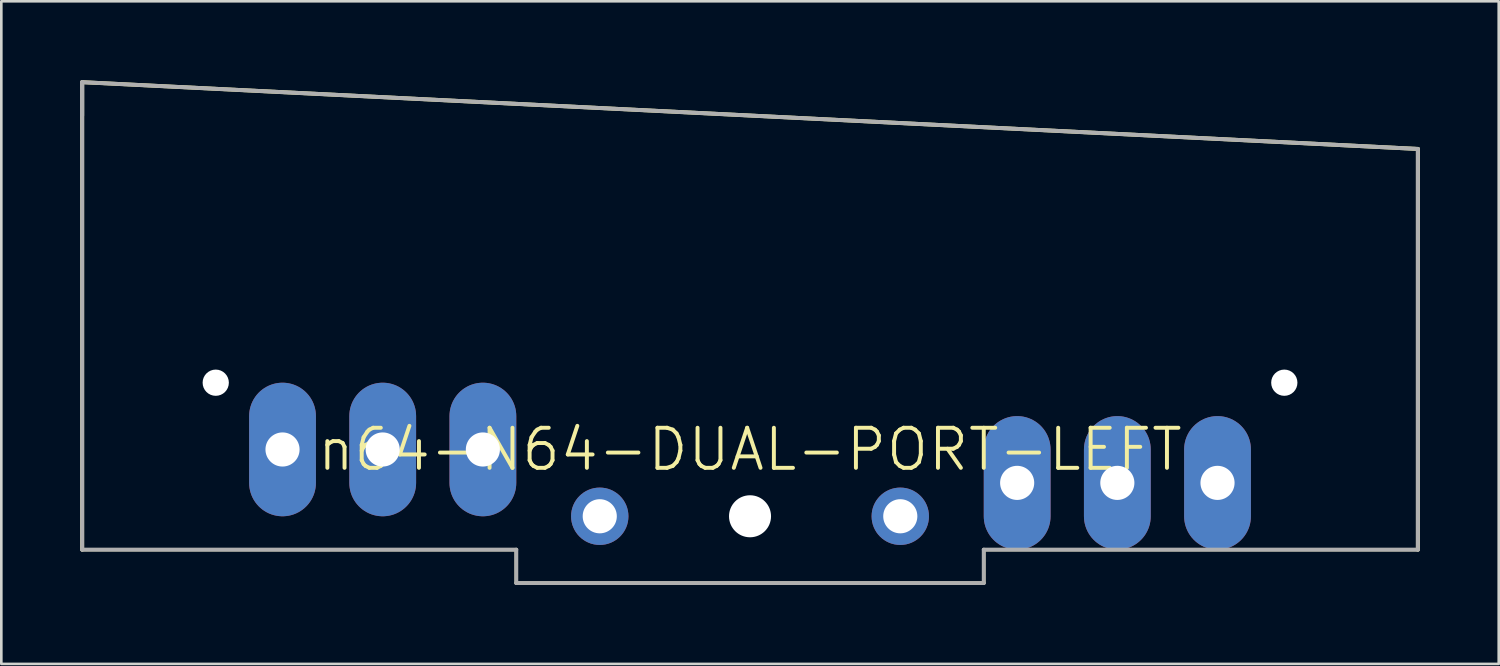
<source format=kicad_pcb>
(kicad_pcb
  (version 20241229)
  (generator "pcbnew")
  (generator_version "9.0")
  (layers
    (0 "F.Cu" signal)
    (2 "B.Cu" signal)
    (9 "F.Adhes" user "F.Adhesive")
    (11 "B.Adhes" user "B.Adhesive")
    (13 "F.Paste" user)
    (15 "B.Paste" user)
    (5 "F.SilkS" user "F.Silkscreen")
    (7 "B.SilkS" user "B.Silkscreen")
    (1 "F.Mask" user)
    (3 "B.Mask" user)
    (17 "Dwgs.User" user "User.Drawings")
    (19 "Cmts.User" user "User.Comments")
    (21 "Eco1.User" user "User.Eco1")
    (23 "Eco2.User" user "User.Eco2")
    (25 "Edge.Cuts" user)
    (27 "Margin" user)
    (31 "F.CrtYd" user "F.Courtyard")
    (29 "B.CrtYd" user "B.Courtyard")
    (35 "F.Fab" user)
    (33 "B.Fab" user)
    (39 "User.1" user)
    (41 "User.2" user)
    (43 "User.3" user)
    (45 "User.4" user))
  (footprint "n64-N64-DUAL-PORT-LEFT"
    (layer "F.Cu")
    (at 25.475 15.315)
    (property "Reference" "n64-N64-DUAL-PORT-LEFT" (at 0 -1.27 0) (layer "F.SilkS") (effects (font (size 1.524 1.524) (thickness 0.15))))
    (attr exclude_from_pos_files exclude_from_bom)
    (fp_line (start -25.4 -15.24) (end -25.4 2.54) (stroke (width 0.15) (type solid)) (layer "F.SilkS"))
    (fp_line (start -8.89 2.54) (end -25.4 2.54) (stroke (width 0.127) (type solid)) (layer "F.SilkS"))
    (fp_line (start -8.89 3.81) (end -8.89 2.54) (stroke (width 0.127) (type solid)) (layer "F.SilkS"))
    (fp_line (start 8.89 2.54) (end 8.89 3.81) (stroke (width 0.127) (type solid)) (layer "F.SilkS"))
    (fp_line (start 8.89 3.81) (end -8.89 3.81) (stroke (width 0.127) (type solid)) (layer "F.SilkS"))
    (fp_line (start 25.4 -12.7) (end -25.4 -15.24) (stroke (width 0.15) (type solid)) (layer "F.SilkS"))
    (fp_line (start 25.4 -12.7) (end 25.4 2.54) (stroke (width 0.15) (type solid)) (layer "F.SilkS"))
    (fp_line (start 25.4 2.54) (end 8.89 2.54) (stroke (width 0.127) (type solid)) (layer "F.SilkS"))
    (fp_line (start -25.4 -15.24) (end -25.4 -13.97) (stroke (width 0.15) (type solid)) (layer "F.Fab"))
    (fp_line (start -25.4 -15.24) (end -25.4 2.54) (stroke (width 0.15) (type solid)) (layer "F.Fab"))
    (fp_line (start -25.4 2.54) (end -8.89 2.54) (stroke (width 0.15) (type solid)) (layer "F.Fab"))
    (fp_line (start -8.89 2.54) (end -8.89 3.81) (stroke (width 0.15) (type solid)) (layer "F.Fab"))
    (fp_line (start -8.89 3.81) (end 8.89 3.81) (stroke (width 0.15) (type solid)) (layer "F.Fab"))
    (fp_line (start 8.89 2.54) (end 25.4 2.54) (stroke (width 0.15) (type solid)) (layer "F.Fab"))
    (fp_line (start 8.89 3.81) (end 8.89 2.54) (stroke (width 0.15) (type solid)) (layer "F.Fab"))
    (fp_line (start 25.4 -12.7) (end -25.4 -15.24) (stroke (width 0.15) (type solid)) (layer "F.Fab"))
    (fp_line (start 25.4 2.54) (end 25.4 -12.7) (stroke (width 0.15) (type solid)) (layer "F.Fab"))
    (pad "" np_thru_hole circle (at -20.32 -3.81) (size 0.998 0.998) (drill 0.998) (layers "*.Cu" "*.Mask"))
    (pad "" np_thru_hole circle (at 0 1.27) (size 1.598 1.598) (drill 1.598) (layers "*.Cu" "*.Mask"))
    (pad "" np_thru_hole circle (at 20.32 -3.81) (size 0.998 0.998) (drill 0.998) (layers "*.Cu" "*.Mask"))
    (pad "J1+" thru_hole oval (at 17.78 0 180) (size 2.54 5.08) (drill 1.298) (layers "*.Cu" "*.Paste" "*.Mask"))
    (pad "J1-" thru_hole oval (at 10.16 0 180) (size 2.54 5.08) (drill 1.298) (layers "*.Cu" "*.Paste" "*.Mask"))
    (pad "J1D" thru_hole oval (at 13.97 0 180) (size 2.54 5.08) (drill 1.298) (layers "*.Cu" "*.Paste" "*.Mask"))
    (pad "J2+" thru_hole oval (at -10.16 -1.27 180) (size 2.54 5.08) (drill 1.298) (layers "*.Cu" "*.Paste" "*.Mask"))
    (pad "J2-" thru_hole oval (at -17.78 -1.27 180) (size 2.54 5.08) (drill 1.298) (layers "*.Cu" "*.Paste" "*.Mask"))
    (pad "J2D" thru_hole oval (at -13.97 -1.27 180) (size 2.54 5.08) (drill 1.298) (layers "*.Cu" "*.Paste" "*.Mask"))
    (pad "P$1" thru_hole circle (at 5.715 1.27 180) (size 2.182 2.182) (drill 1.298) (layers "*.Cu" "*.Paste" "*.Mask"))
    (pad "P$2" thru_hole circle (at -5.715 1.27 180) (size 2.182 2.182) (drill 1.298) (layers "*.Cu" "*.Paste" "*.Mask")))
  (gr_rect
    (start -3 -3)
    (end 53.95 22.2)
    (stroke (width 0.1) (type default))
    (fill no)
    (layer "Edge.Cuts")))
</source>
